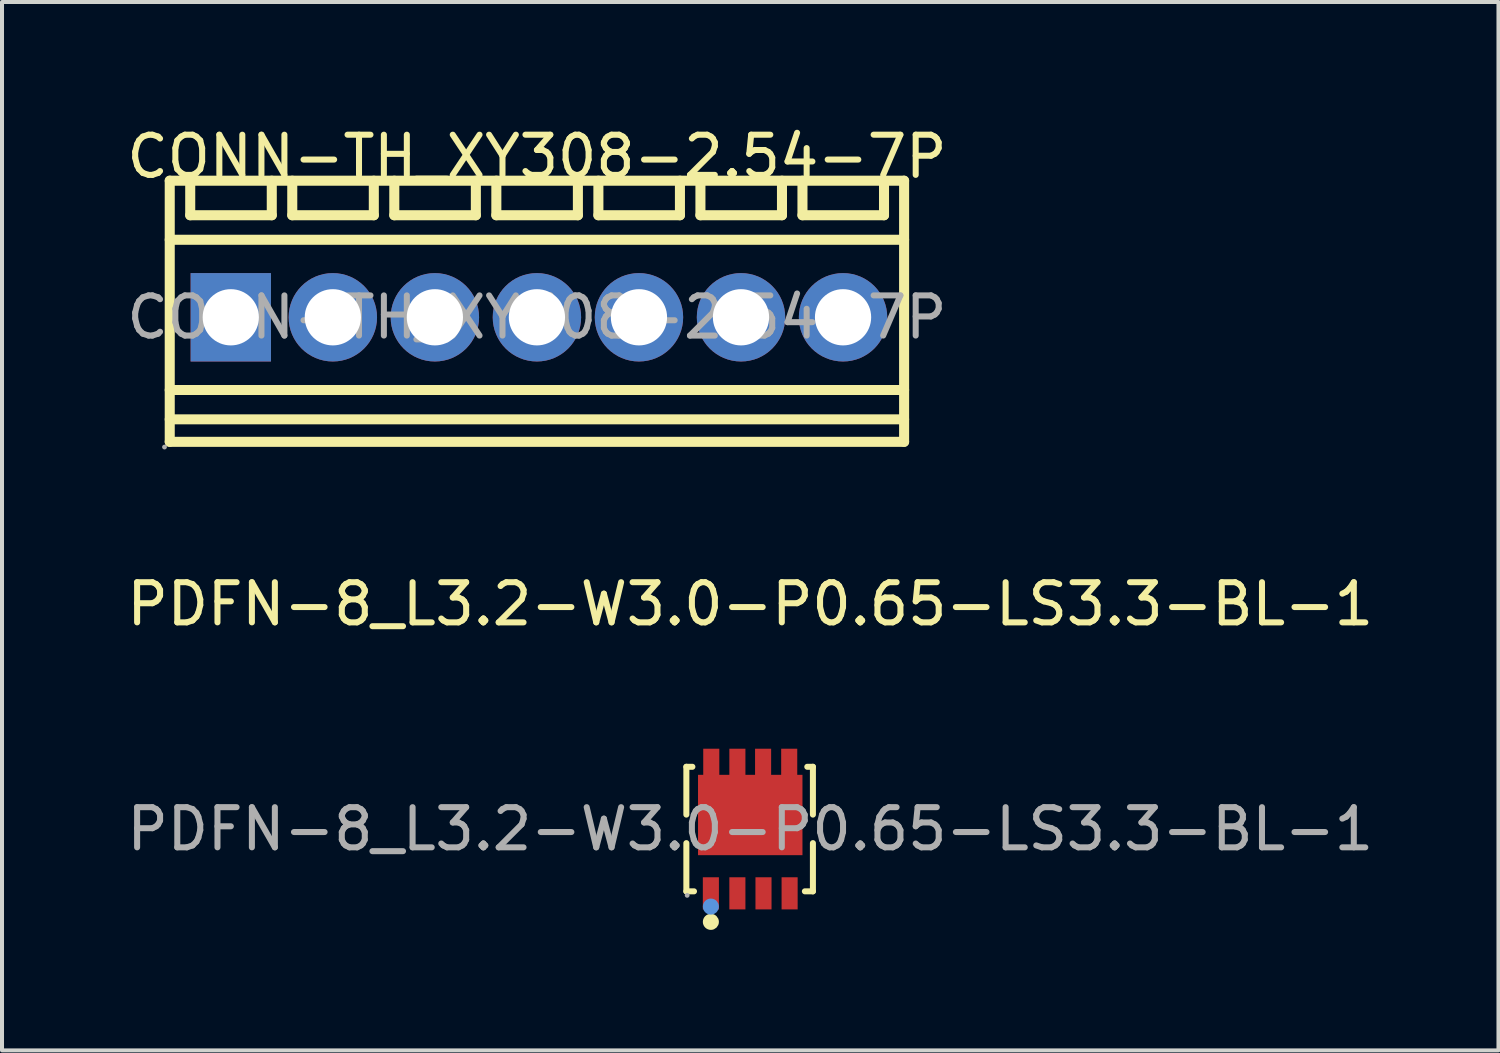
<source format=kicad_pcb>
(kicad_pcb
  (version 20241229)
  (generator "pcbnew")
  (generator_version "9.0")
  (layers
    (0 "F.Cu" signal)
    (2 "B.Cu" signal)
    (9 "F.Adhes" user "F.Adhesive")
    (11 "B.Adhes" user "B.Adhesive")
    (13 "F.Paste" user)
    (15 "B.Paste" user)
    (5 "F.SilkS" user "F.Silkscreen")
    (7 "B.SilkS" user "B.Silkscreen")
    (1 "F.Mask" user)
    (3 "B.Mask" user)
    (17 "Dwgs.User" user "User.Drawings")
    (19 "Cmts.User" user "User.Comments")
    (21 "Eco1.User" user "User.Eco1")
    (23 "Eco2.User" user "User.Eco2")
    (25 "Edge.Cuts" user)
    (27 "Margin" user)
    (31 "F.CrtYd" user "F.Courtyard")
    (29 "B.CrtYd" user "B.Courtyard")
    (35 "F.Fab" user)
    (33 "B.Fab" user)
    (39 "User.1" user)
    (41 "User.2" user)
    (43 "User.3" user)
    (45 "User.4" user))
  (footprint "PDFN-8_L3.2-W3.0-P0.65-LS3.3-BL-1"
    (layer "F.Cu")
    (at 15.625 17.587)
    (property "Reference" "PDFN-8_L3.2-W3.0-P0.65-LS3.3-BL-1" (at 0 -5.6 0) (layer "F.SilkS") (effects (font (size 1 1) (thickness 0.15))))
    (attr smd)
    (fp_line (start -1.59 -1.55) (end -1.44 -1.55) (stroke (width 0.15) (type solid)) (layer "F.SilkS"))
    (fp_line (start -1.59 -0.36) (end -1.59 -1.55) (stroke (width 0.15) (type solid)) (layer "F.SilkS"))
    (fp_line (start -1.59 1.55) (end -1.59 0.35) (stroke (width 0.15) (type solid)) (layer "F.SilkS"))
    (fp_line (start -1.59 1.55) (end -1.4 1.55) (stroke (width 0.15) (type solid)) (layer "F.SilkS"))
    (fp_line (start 1.36 1.55) (end 1.56 1.55) (stroke (width 0.15) (type solid)) (layer "F.SilkS"))
    (fp_line (start 1.42 -1.55) (end 1.56 -1.55) (stroke (width 0.15) (type solid)) (layer "F.SilkS"))
    (fp_line (start 1.56 -1.55) (end 1.56 -0.36) (stroke (width 0.15) (type solid)) (layer "F.SilkS"))
    (fp_line (start 1.56 0.35) (end 1.56 1.55) (stroke (width 0.15) (type solid)) (layer "F.SilkS"))
    (fp_circle (center -0.98 2.31) (end -0.88 2.31) (stroke (width 0.2) (type solid)) (fill no) (layer "F.SilkS"))
    (fp_circle (center -0.98 1.93) (end -0.88 1.93) (stroke (width 0.2) (type solid)) (fill no) (layer "Cmts.User"))
    (fp_circle (center -1.57 1.65) (end -1.54 1.65) (stroke (width 0.06) (type solid)) (fill no) (layer "F.Fab"))
    (fp_text user "${REFERENCE}" (at 0 0 0) (layer "F.Fab") (effects (font (size 1 1) (thickness 0.15))))
    (pad "1" smd rect (at -0.98 1.6) (size 0.4 0.8) (layers "F.Cu" "F.Mask" "F.Paste"))
    (pad "2" smd rect (at -0.32 1.6) (size 0.4 0.8) (layers "F.Cu" "F.Mask" "F.Paste"))
    (pad "3" smd rect (at 0.33 1.6) (size 0.4 0.8) (layers "F.Cu" "F.Mask" "F.Paste"))
    (pad "4" smd rect (at 0.98 1.6) (size 0.4 0.8) (layers "F.Cu" "F.Mask" "F.Paste"))
    (pad "5" smd rect (at 0.97 -1.6 180) (size 0.4 0.8) (layers "F.Cu" "F.Mask" "F.Paste"))
    (pad "6" smd rect (at 0.32 -1.6 180) (size 0.4 0.8) (layers "F.Cu" "F.Mask" "F.Paste"))
    (pad "7" smd rect (at -0.32 -1.6 180) (size 0.4 0.8) (layers "F.Cu" "F.Mask" "F.Paste"))
    (pad "8" smd rect (at -0.97 -1.6 180) (size 0.4 0.8) (layers "F.Cu" "F.Mask" "F.Paste"))
    (pad "9" smd rect (at 0 -0.35) (size 2.6 2) (layers "F.Cu" "F.Mask" "F.Paste")))
  (footprint "CONN-TH_XY308-2.54-7P"
    (layer "F.Cu")
    (at 10.315 4.848)
    (property "Reference" "CONN-TH_XY308-2.54-7P" (at 0 -4 0) (layer "F.SilkS") (effects (font (size 1 1) (thickness 0.15))))
    (attr through_hole)
    (fp_line (start -9.14 -3.4) (end -9.14 3.1) (stroke (width 0.25) (type solid)) (layer "F.SilkS"))
    (fp_line (start -8.63 -3.4) (end -8.63 -2.54) (stroke (width 0.25) (type solid)) (layer "F.SilkS"))
    (fp_line (start -8.63 -2.54) (end -6.6 -2.54) (stroke (width 0.25) (type solid)) (layer "F.SilkS"))
    (fp_line (start -6.6 -2.54) (end -6.6 -3.4) (stroke (width 0.25) (type solid)) (layer "F.SilkS"))
    (fp_line (start -6.09 -3.4) (end -6.09 -2.54) (stroke (width 0.25) (type solid)) (layer "F.SilkS"))
    (fp_line (start -6.09 -2.54) (end -4.06 -2.54) (stroke (width 0.25) (type solid)) (layer "F.SilkS"))
    (fp_line (start -4.06 -2.54) (end -4.06 -3.4) (stroke (width 0.25) (type solid)) (layer "F.SilkS"))
    (fp_line (start -3.55 -3.4) (end -3.55 -2.54) (stroke (width 0.25) (type solid)) (layer "F.SilkS"))
    (fp_line (start -3.55 -2.54) (end -1.52 -2.54) (stroke (width 0.25) (type solid)) (layer "F.SilkS"))
    (fp_line (start -1.52 -2.54) (end -1.52 -3.4) (stroke (width 0.25) (type solid)) (layer "F.SilkS"))
    (fp_line (start -1.01 -3.4) (end -1.01 -2.54) (stroke (width 0.25) (type solid)) (layer "F.SilkS"))
    (fp_line (start -1.01 -2.54) (end 1.02 -2.54) (stroke (width 0.25) (type solid)) (layer "F.SilkS"))
    (fp_line (start 1.02 -2.54) (end 1.02 -3.4) (stroke (width 0.25) (type solid)) (layer "F.SilkS"))
    (fp_line (start 1.53 -3.4) (end 1.53 -2.54) (stroke (width 0.25) (type solid)) (layer "F.SilkS"))
    (fp_line (start 1.53 -2.54) (end 3.56 -2.54) (stroke (width 0.25) (type solid)) (layer "F.SilkS"))
    (fp_line (start 3.56 -2.54) (end 3.56 -3.4) (stroke (width 0.25) (type solid)) (layer "F.SilkS"))
    (fp_line (start 4.07 -3.4) (end 4.07 -2.54) (stroke (width 0.25) (type solid)) (layer "F.SilkS"))
    (fp_line (start 4.07 -2.54) (end 6.1 -2.54) (stroke (width 0.25) (type solid)) (layer "F.SilkS"))
    (fp_line (start 6.1 -2.54) (end 6.1 -3.4) (stroke (width 0.25) (type solid)) (layer "F.SilkS"))
    (fp_line (start 6.61 -3.4) (end 6.61 -2.54) (stroke (width 0.25) (type solid)) (layer "F.SilkS"))
    (fp_line (start 6.61 -2.54) (end 8.64 -2.54) (stroke (width 0.25) (type solid)) (layer "F.SilkS"))
    (fp_line (start 8.64 -2.54) (end 8.64 -3.4) (stroke (width 0.25) (type solid)) (layer "F.SilkS"))
    (fp_line (start 9.14 -3.4) (end -9.14 -3.4) (stroke (width 0.25) (type solid)) (layer "F.SilkS"))
    (fp_line (start 9.14 -3.4) (end 9.14 3.1) (stroke (width 0.25) (type solid)) (layer "F.SilkS"))
    (fp_line (start 9.14 -1.93) (end -9.14 -1.93) (stroke (width 0.25) (type solid)) (layer "F.SilkS"))
    (fp_line (start 9.14 1.81) (end -9.14 1.81) (stroke (width 0.25) (type solid)) (layer "F.SilkS"))
    (fp_line (start 9.14 2.54) (end -9.14 2.54) (stroke (width 0.25) (type solid)) (layer "F.SilkS"))
    (fp_line (start 9.14 3.1) (end -9.14 3.1) (stroke (width 0.25) (type solid)) (layer "F.SilkS"))
    (fp_circle (center -9.27 3.23) (end -9.24 3.23) (stroke (width 0.06) (type solid)) (fill no) (layer "F.Fab"))
    (fp_circle (center -7.62 0) (end -7.32 0) (stroke (width 0.6) (type solid)) (fill no) (layer "F.Fab"))
    (fp_circle (center -5.08 0) (end -4.78 0) (stroke (width 0.6) (type solid)) (fill no) (layer "F.Fab"))
    (fp_circle (center -2.54 0) (end -2.24 0) (stroke (width 0.6) (type solid)) (fill no) (layer "F.Fab"))
    (fp_circle (center 0 0) (end 0.3 0) (stroke (width 0.6) (type solid)) (fill no) (layer "F.Fab"))
    (fp_circle (center 2.54 0) (end 2.84 0) (stroke (width 0.6) (type solid)) (fill no) (layer "F.Fab"))
    (fp_circle (center 5.08 0) (end 5.38 0) (stroke (width 0.6) (type solid)) (fill no) (layer "F.Fab"))
    (fp_circle (center 7.62 0) (end 7.92 0) (stroke (width 0.6) (type solid)) (fill no) (layer "F.Fab"))
    (fp_text user "${REFERENCE}" (at 0 0 0) (layer "F.Fab") (effects (font (size 1 1) (thickness 0.15))))
    (pad "1" thru_hole rect (at -7.62 0) (size 2 2.2) (drill 1.4) (layers "*.Cu" "*.Mask"))
    (pad "2" thru_hole circle (at -5.08 0) (size 2.2 2.2) (drill 1.4) (layers "*.Cu" "*.Mask"))
    (pad "3" thru_hole circle (at -2.54 0) (size 2.2 2.2) (drill 1.4) (layers "*.Cu" "*.Mask"))
    (pad "4" thru_hole circle (at 0 0) (size 2.2 2.2) (drill 1.4) (layers "*.Cu" "*.Mask"))
    (pad "5" thru_hole circle (at 2.54 0) (size 2.2 2.2) (drill 1.4) (layers "*.Cu" "*.Mask"))
    (pad "6" thru_hole circle (at 5.08 0) (size 2.2 2.2) (drill 1.4) (layers "*.Cu" "*.Mask"))
    (pad "7" thru_hole circle (at 7.62 0) (size 2.2 2.2) (drill 1.4) (layers "*.Cu" "*.Mask")))
  (gr_rect
    (start -3 -3)
    (end 34.25 23.096)
    (stroke (width 0.1) (type default))
    (fill no)
    (layer "Edge.Cuts")))
</source>
